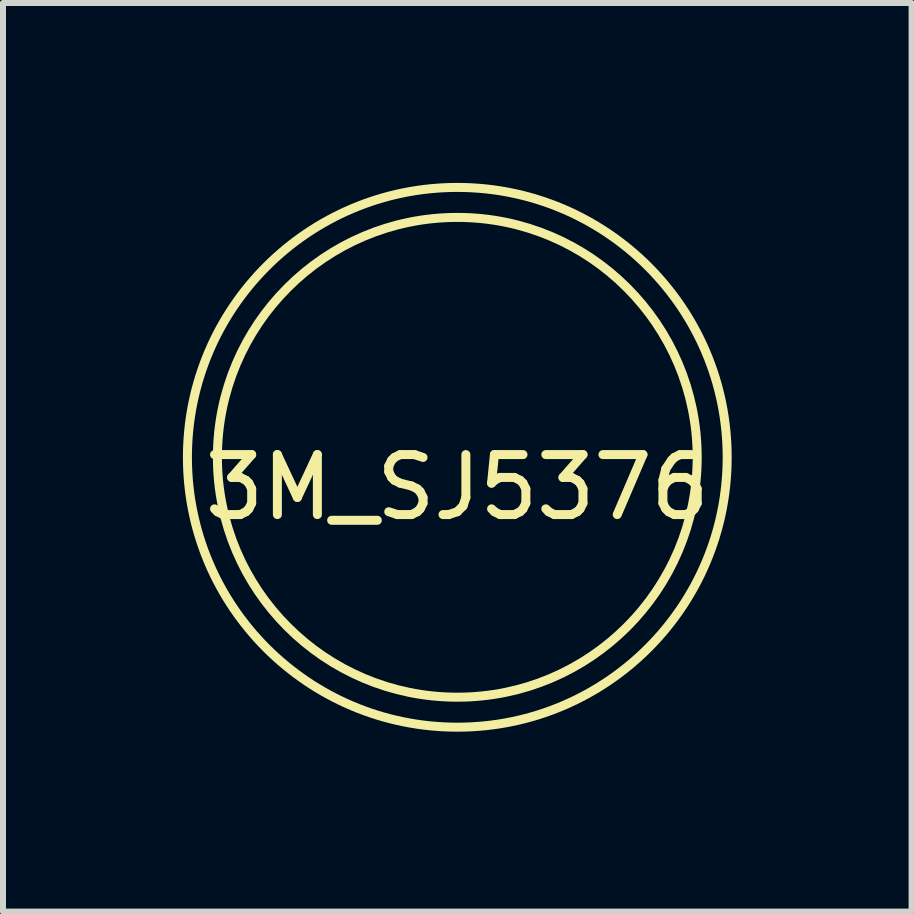
<source format=kicad_pcb>
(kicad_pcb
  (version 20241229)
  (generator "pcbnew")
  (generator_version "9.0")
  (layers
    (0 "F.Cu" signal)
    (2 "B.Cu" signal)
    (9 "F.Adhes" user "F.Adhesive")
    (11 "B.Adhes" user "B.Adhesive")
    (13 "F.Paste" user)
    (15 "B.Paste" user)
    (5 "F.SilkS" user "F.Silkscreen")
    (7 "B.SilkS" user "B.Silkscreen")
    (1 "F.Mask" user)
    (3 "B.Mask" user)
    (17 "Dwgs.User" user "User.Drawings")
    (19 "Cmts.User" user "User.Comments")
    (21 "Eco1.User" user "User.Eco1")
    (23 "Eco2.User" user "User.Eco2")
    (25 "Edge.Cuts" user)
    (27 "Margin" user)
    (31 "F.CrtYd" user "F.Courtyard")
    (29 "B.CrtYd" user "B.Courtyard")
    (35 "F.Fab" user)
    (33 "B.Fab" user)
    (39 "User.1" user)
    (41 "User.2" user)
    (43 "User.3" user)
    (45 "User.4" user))
  (footprint "3M_SJ5376"
    (layer "F.Cu")
    (at 4.575 4.575)
    (property "Reference" "3M_SJ5376" (at 0 0.5 0) (layer "F.SilkS") (effects (font (size 1 1) (thickness 0.15))))
    (attr through_hole)
    (fp_circle (center 0 0) (end 4 0) (stroke (width 0.15) (type solid)) (fill no) (layer "F.SilkS"))
    (fp_circle (center 0 0) (end 4.5 0) (stroke (width 0.15) (type solid)) (fill no) (layer "F.SilkS")))
  (gr_rect
    (start -3 -3)
    (end 12.15 12.15)
    (stroke (width 0.1) (type default))
    (fill no)
    (layer "Edge.Cuts")))
</source>
